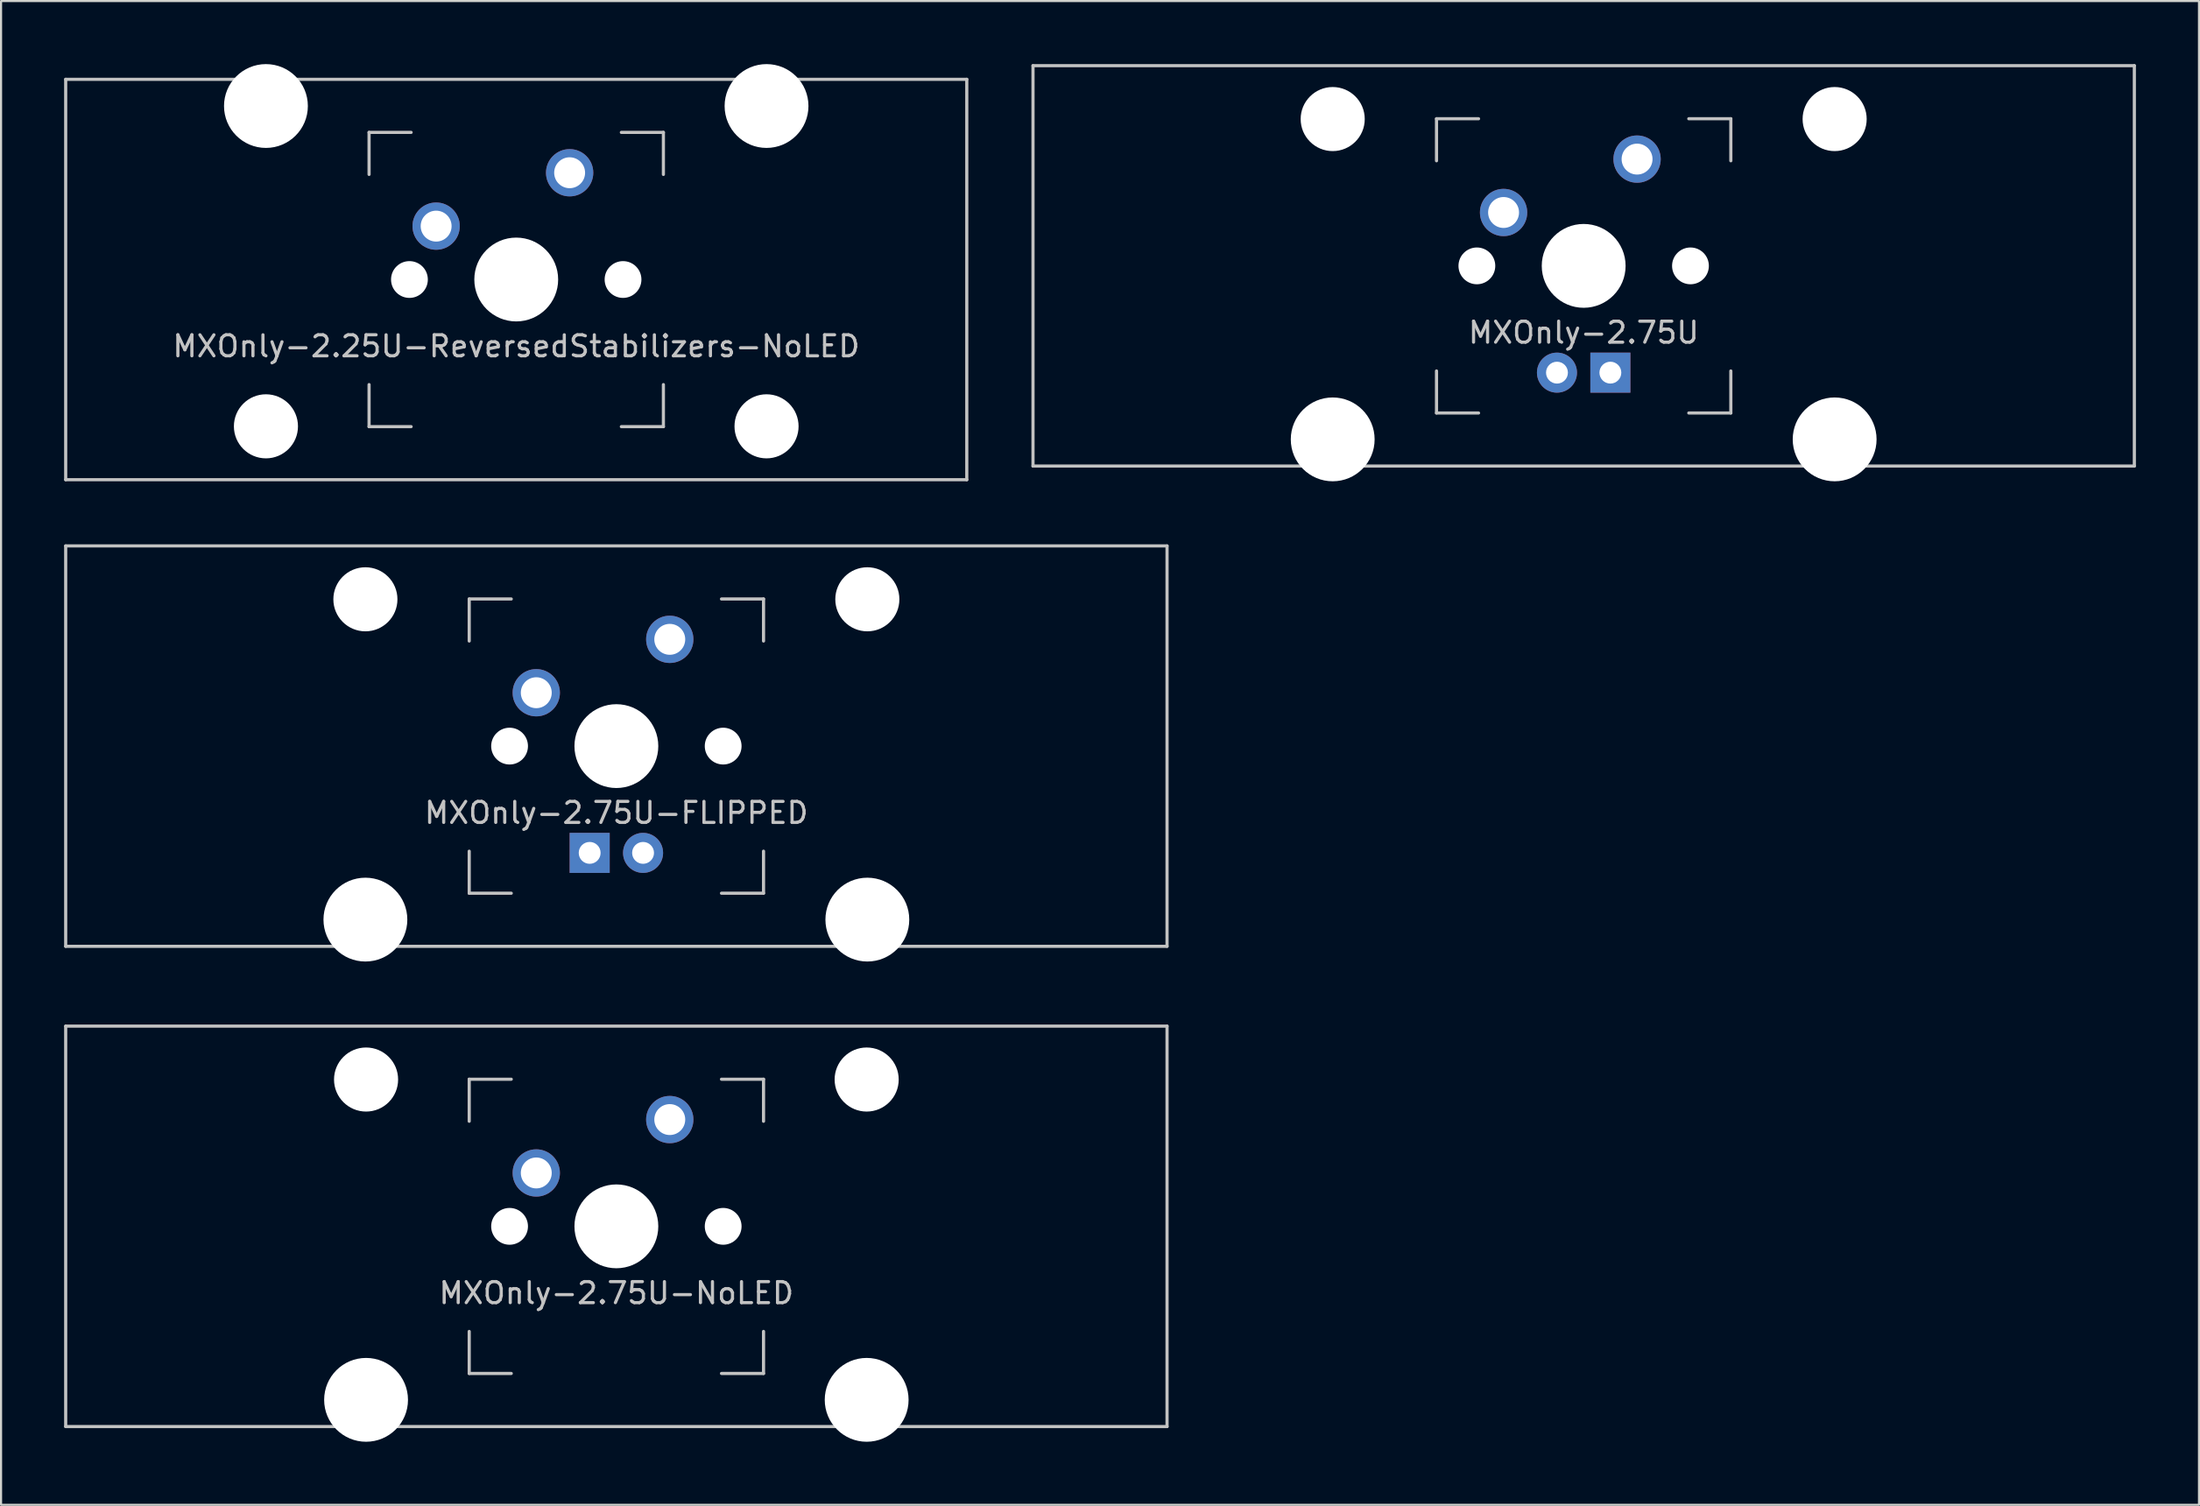
<source format=kicad_pcb>
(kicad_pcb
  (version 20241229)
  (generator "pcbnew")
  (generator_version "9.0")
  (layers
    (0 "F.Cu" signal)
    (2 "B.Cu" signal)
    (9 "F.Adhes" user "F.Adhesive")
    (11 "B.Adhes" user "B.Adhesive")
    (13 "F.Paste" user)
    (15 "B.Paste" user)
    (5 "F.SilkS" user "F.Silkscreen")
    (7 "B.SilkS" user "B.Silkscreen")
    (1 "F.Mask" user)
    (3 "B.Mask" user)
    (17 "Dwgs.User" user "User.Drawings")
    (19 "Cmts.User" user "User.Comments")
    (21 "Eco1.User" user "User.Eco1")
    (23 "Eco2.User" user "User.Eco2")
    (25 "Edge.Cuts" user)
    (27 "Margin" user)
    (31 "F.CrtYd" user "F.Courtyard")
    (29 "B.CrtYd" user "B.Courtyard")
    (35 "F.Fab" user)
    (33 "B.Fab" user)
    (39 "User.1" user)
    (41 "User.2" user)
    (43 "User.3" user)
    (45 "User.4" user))
  (footprint "MXOnly-2.75U"
    (layer "F.Cu")
    (at 72.281 9.6)
    (property "Reference" "MXOnly-2.75U" (at 0 3.175 0) (layer "Dwgs.User") (effects (font (size 1 1) (thickness 0.15))))
    (attr through_hole)
    (fp_line (start -26.194 -9.525) (end 26.194 -9.525) (stroke (width 0.15) (type solid)) (layer "Dwgs.User"))
    (fp_line (start -26.194 9.525) (end -26.194 -9.525) (stroke (width 0.15) (type solid)) (layer "Dwgs.User"))
    (fp_line (start -26.194 9.525) (end 26.194 9.525) (stroke (width 0.15) (type solid)) (layer "Dwgs.User"))
    (fp_line (start -7 -7) (end -7 -5) (stroke (width 0.15) (type solid)) (layer "Dwgs.User"))
    (fp_line (start -7 5) (end -7 7) (stroke (width 0.15) (type solid)) (layer "Dwgs.User"))
    (fp_line (start -7 7) (end -5 7) (stroke (width 0.15) (type solid)) (layer "Dwgs.User"))
    (fp_line (start -5 -7) (end -7 -7) (stroke (width 0.15) (type solid)) (layer "Dwgs.User"))
    (fp_line (start 5 -7) (end 7 -7) (stroke (width 0.15) (type solid)) (layer "Dwgs.User"))
    (fp_line (start 5 7) (end 7 7) (stroke (width 0.15) (type solid)) (layer "Dwgs.User"))
    (fp_line (start 7 -7) (end 7 -5) (stroke (width 0.15) (type solid)) (layer "Dwgs.User"))
    (fp_line (start 7 7) (end 7 5) (stroke (width 0.15) (type solid)) (layer "Dwgs.User"))
    (fp_line (start 26.194 -9.525) (end 26.194 9.525) (stroke (width 0.15) (type solid)) (layer "Dwgs.User"))
    (pad "" np_thru_hole circle (at -11.938 -6.985) (size 3.048 3.048) (drill 3.048) (layers "*.Cu" "*.Mask"))
    (pad "" np_thru_hole circle (at -11.938 8.255) (size 3.988 3.988) (drill 3.988) (layers "*.Cu" "*.Mask"))
    (pad "" np_thru_hole circle (at -5.08 0 48.1) (size 1.75 1.75) (drill 1.75) (layers "*.Cu" "*.Mask"))
    (pad "" np_thru_hole circle (at 0 0) (size 3.988 3.988) (drill 3.988) (layers "*.Cu" "*.Mask"))
    (pad "" np_thru_hole circle (at 5.08 0 48.1) (size 1.75 1.75) (drill 1.75) (layers "*.Cu" "*.Mask"))
    (pad "" np_thru_hole circle (at 11.938 -6.985) (size 3.048 3.048) (drill 3.048) (layers "*.Cu" "*.Mask"))
    (pad "" np_thru_hole circle (at 11.938 8.255) (size 3.988 3.988) (drill 3.988) (layers "*.Cu" "*.Mask"))
    (pad "1" thru_hole circle (at -3.81 -2.54) (size 2.25 2.25) (drill 1.47) (layers "*.Cu" "B.Mask"))
    (pad "2" thru_hole circle (at 2.54 -5.08) (size 2.25 2.25) (drill 1.47) (layers "*.Cu" "B.Mask"))
    (pad "3" thru_hole circle (at -1.27 5.08) (size 1.905 1.905) (drill 1.04) (layers "*.Cu" "B.Mask"))
    (pad "4" thru_hole rect (at 1.27 5.08) (size 1.905 1.905) (drill 1.04) (layers "*.Cu" "B.Mask")))
  (footprint "MXOnly-2.75U-NoLED"
    (layer "F.Cu")
    (at 26.269 55.298)
    (property "Reference" "MXOnly-2.75U-NoLED" (at 0 3.175 0) (layer "Dwgs.User") (effects (font (size 1 1) (thickness 0.15))))
    (attr through_hole)
    (fp_line (start -26.194 -9.525) (end 26.194 -9.525) (stroke (width 0.15) (type solid)) (layer "Dwgs.User"))
    (fp_line (start -26.194 9.525) (end -26.194 -9.525) (stroke (width 0.15) (type solid)) (layer "Dwgs.User"))
    (fp_line (start -26.194 9.525) (end 26.194 9.525) (stroke (width 0.15) (type solid)) (layer "Dwgs.User"))
    (fp_line (start -7 -7) (end -7 -5) (stroke (width 0.15) (type solid)) (layer "Dwgs.User"))
    (fp_line (start -7 5) (end -7 7) (stroke (width 0.15) (type solid)) (layer "Dwgs.User"))
    (fp_line (start -7 7) (end -5 7) (stroke (width 0.15) (type solid)) (layer "Dwgs.User"))
    (fp_line (start -5 -7) (end -7 -7) (stroke (width 0.15) (type solid)) (layer "Dwgs.User"))
    (fp_line (start 5 -7) (end 7 -7) (stroke (width 0.15) (type solid)) (layer "Dwgs.User"))
    (fp_line (start 5 7) (end 7 7) (stroke (width 0.15) (type solid)) (layer "Dwgs.User"))
    (fp_line (start 7 -7) (end 7 -5) (stroke (width 0.15) (type solid)) (layer "Dwgs.User"))
    (fp_line (start 7 7) (end 7 5) (stroke (width 0.15) (type solid)) (layer "Dwgs.User"))
    (fp_line (start 26.194 -9.525) (end 26.194 9.525) (stroke (width 0.15) (type solid)) (layer "Dwgs.User"))
    (pad "" np_thru_hole circle (at -11.906 -6.985) (size 3.048 3.048) (drill 3.048) (layers "*.Cu" "*.Mask"))
    (pad "" np_thru_hole circle (at -11.906 8.255) (size 3.988 3.988) (drill 3.988) (layers "*.Cu" "*.Mask"))
    (pad "" np_thru_hole circle (at -5.08 0 48.1) (size 1.75 1.75) (drill 1.75) (layers "*.Cu" "*.Mask"))
    (pad "" np_thru_hole circle (at 0 0) (size 3.988 3.988) (drill 3.988) (layers "*.Cu" "*.Mask"))
    (pad "" np_thru_hole circle (at 5.08 0 48.1) (size 1.75 1.75) (drill 1.75) (layers "*.Cu" "*.Mask"))
    (pad "" np_thru_hole circle (at 11.906 -6.985) (size 3.048 3.048) (drill 3.048) (layers "*.Cu" "*.Mask"))
    (pad "" np_thru_hole circle (at 11.906 8.255) (size 3.988 3.988) (drill 3.988) (layers "*.Cu" "*.Mask"))
    (pad "1" thru_hole circle (at -3.81 -2.54) (size 2.25 2.25) (drill 1.47) (layers "*.Cu" "*.Mask"))
    (pad "2" thru_hole circle (at 2.54 -5.08) (size 2.25 2.25) (drill 1.47) (layers "*.Cu" "*.Mask")))
  (footprint "MXOnly-2.75U-FLIPPED"
    (layer "F.Cu")
    (at 26.269 32.449)
    (property "Reference" "MXOnly-2.75U-FLIPPED" (at 0 3.175 0) (layer "Dwgs.User") (effects (font (size 1 1) (thickness 0.15))))
    (attr through_hole)
    (fp_line (start -26.194 -9.525) (end 26.194 -9.525) (stroke (width 0.15) (type solid)) (layer "Dwgs.User"))
    (fp_line (start -26.194 9.525) (end -26.194 -9.525) (stroke (width 0.15) (type solid)) (layer "Dwgs.User"))
    (fp_line (start -26.194 9.525) (end 26.194 9.525) (stroke (width 0.15) (type solid)) (layer "Dwgs.User"))
    (fp_line (start -7 -7) (end -7 -5) (stroke (width 0.15) (type solid)) (layer "Dwgs.User"))
    (fp_line (start -7 5) (end -7 7) (stroke (width 0.15) (type solid)) (layer "Dwgs.User"))
    (fp_line (start -7 7) (end -5 7) (stroke (width 0.15) (type solid)) (layer "Dwgs.User"))
    (fp_line (start -5 -7) (end -7 -7) (stroke (width 0.15) (type solid)) (layer "Dwgs.User"))
    (fp_line (start 5 -7) (end 7 -7) (stroke (width 0.15) (type solid)) (layer "Dwgs.User"))
    (fp_line (start 5 7) (end 7 7) (stroke (width 0.15) (type solid)) (layer "Dwgs.User"))
    (fp_line (start 7 -7) (end 7 -5) (stroke (width 0.15) (type solid)) (layer "Dwgs.User"))
    (fp_line (start 7 7) (end 7 5) (stroke (width 0.15) (type solid)) (layer "Dwgs.User"))
    (fp_line (start 26.194 -9.525) (end 26.194 9.525) (stroke (width 0.15) (type solid)) (layer "Dwgs.User"))
    (pad "" np_thru_hole circle (at -11.938 -6.985) (size 3.048 3.048) (drill 3.048) (layers "*.Cu" "*.Mask"))
    (pad "" np_thru_hole circle (at -11.938 8.255) (size 3.988 3.988) (drill 3.988) (layers "*.Cu" "*.Mask"))
    (pad "" np_thru_hole circle (at -5.08 0 48.1) (size 1.75 1.75) (drill 1.75) (layers "*.Cu" "*.Mask"))
    (pad "" np_thru_hole circle (at 0 0) (size 3.988 3.988) (drill 3.988) (layers "*.Cu" "*.Mask"))
    (pad "" np_thru_hole circle (at 5.08 0 48.1) (size 1.75 1.75) (drill 1.75) (layers "*.Cu" "*.Mask"))
    (pad "" np_thru_hole circle (at 11.938 -6.985) (size 3.048 3.048) (drill 3.048) (layers "*.Cu" "*.Mask"))
    (pad "" np_thru_hole circle (at 11.938 8.255) (size 3.988 3.988) (drill 3.988) (layers "*.Cu" "*.Mask"))
    (pad "1" thru_hole circle (at -3.81 -2.54) (size 2.25 2.25) (drill 1.47) (layers "*.Cu" "*.Mask"))
    (pad "2" thru_hole circle (at 2.54 -5.08) (size 2.25 2.25) (drill 1.47) (layers "*.Cu" "*.Mask"))
    (pad "3" thru_hole circle (at 1.27 5.08) (size 1.905 1.905) (drill 1.04) (layers "*.Cu" "*.Mask"))
    (pad "4" thru_hole rect (at -1.27 5.08) (size 1.905 1.905) (drill 1.04) (layers "*.Cu" "*.Mask")))
  (footprint "MXOnly-2.25U-ReversedStabilizers-NoLED"
    (layer "F.Cu")
    (at 21.506 10.249)
    (property "Reference" "MXOnly-2.25U-ReversedStabilizers-NoLED" (at 0 3.175 0) (layer "Dwgs.User") (effects (font (size 1 1) (thickness 0.15))))
    (attr through_hole)
    (fp_line (start -21.431 -9.525) (end 21.431 -9.525) (stroke (width 0.15) (type solid)) (layer "Dwgs.User"))
    (fp_line (start -21.431 9.525) (end -21.431 -9.525) (stroke (width 0.15) (type solid)) (layer "Dwgs.User"))
    (fp_line (start -21.431 9.525) (end 21.431 9.525) (stroke (width 0.15) (type solid)) (layer "Dwgs.User"))
    (fp_line (start -7 -7) (end -7 -5) (stroke (width 0.15) (type solid)) (layer "Dwgs.User"))
    (fp_line (start -7 5) (end -7 7) (stroke (width 0.15) (type solid)) (layer "Dwgs.User"))
    (fp_line (start -7 7) (end -5 7) (stroke (width 0.15) (type solid)) (layer "Dwgs.User"))
    (fp_line (start -5 -7) (end -7 -7) (stroke (width 0.15) (type solid)) (layer "Dwgs.User"))
    (fp_line (start 5 -7) (end 7 -7) (stroke (width 0.15) (type solid)) (layer "Dwgs.User"))
    (fp_line (start 5 7) (end 7 7) (stroke (width 0.15) (type solid)) (layer "Dwgs.User"))
    (fp_line (start 7 -7) (end 7 -5) (stroke (width 0.15) (type solid)) (layer "Dwgs.User"))
    (fp_line (start 7 7) (end 7 5) (stroke (width 0.15) (type solid)) (layer "Dwgs.User"))
    (fp_line (start 21.431 -9.525) (end 21.431 9.525) (stroke (width 0.15) (type solid)) (layer "Dwgs.User"))
    (pad "" np_thru_hole circle (at -11.906 -8.255) (size 3.988 3.988) (drill 3.988) (layers "*.Cu" "*.Mask"))
    (pad "" np_thru_hole circle (at -11.906 6.985) (size 3.048 3.048) (drill 3.048) (layers "*.Cu" "*.Mask"))
    (pad "" np_thru_hole circle (at -5.08 0 48.1) (size 1.75 1.75) (drill 1.75) (layers "*.Cu" "*.Mask"))
    (pad "" np_thru_hole circle (at 0 0) (size 3.988 3.988) (drill 3.988) (layers "*.Cu" "*.Mask"))
    (pad "" np_thru_hole circle (at 5.08 0 48.1) (size 1.75 1.75) (drill 1.75) (layers "*.Cu" "*.Mask"))
    (pad "" np_thru_hole circle (at 11.906 -8.255) (size 3.988 3.988) (drill 3.988) (layers "*.Cu" "*.Mask"))
    (pad "" np_thru_hole circle (at 11.906 6.985) (size 3.048 3.048) (drill 3.048) (layers "*.Cu" "*.Mask"))
    (pad "1" thru_hole circle (at -3.81 -2.54) (size 2.25 2.25) (drill 1.47) (layers "*.Cu" "*.Mask"))
    (pad "2" thru_hole circle (at 2.54 -5.08) (size 2.25 2.25) (drill 1.47) (layers "*.Cu" "*.Mask")))
  (gr_rect
    (start -3 -3)
    (end 101.55 68.547)
    (stroke (width 0.1) (type default))
    (fill no)
    (layer "Edge.Cuts")))
</source>
